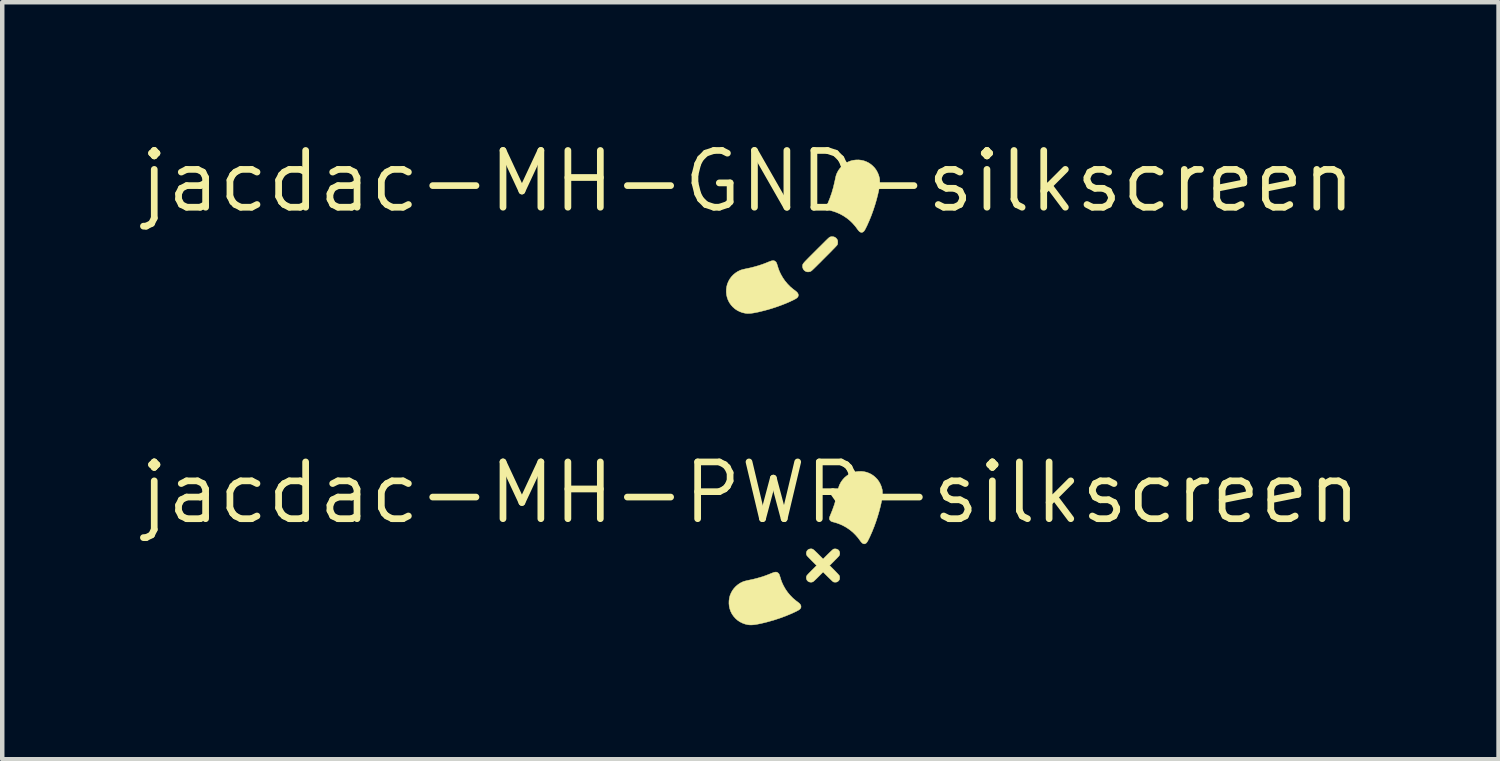
<source format=kicad_pcb>
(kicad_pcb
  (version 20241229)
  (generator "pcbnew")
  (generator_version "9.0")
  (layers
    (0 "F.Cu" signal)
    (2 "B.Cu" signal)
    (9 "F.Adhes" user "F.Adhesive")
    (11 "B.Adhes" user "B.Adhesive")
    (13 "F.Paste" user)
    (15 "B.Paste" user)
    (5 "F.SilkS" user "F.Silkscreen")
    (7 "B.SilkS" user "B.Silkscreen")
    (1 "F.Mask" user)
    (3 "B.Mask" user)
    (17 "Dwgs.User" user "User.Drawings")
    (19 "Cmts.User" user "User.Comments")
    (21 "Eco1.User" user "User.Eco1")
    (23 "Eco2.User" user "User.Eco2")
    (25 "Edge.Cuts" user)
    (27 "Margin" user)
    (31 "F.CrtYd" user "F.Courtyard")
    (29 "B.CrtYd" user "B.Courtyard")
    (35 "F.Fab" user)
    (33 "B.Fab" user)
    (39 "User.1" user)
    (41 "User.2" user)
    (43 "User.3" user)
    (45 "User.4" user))
  (footprint "jacdac-MH-PWR-silkscreen"
    (layer "F.Cu")
    (at 13.735 7.973)
    (property "Reference" "jacdac-MH-PWR-silkscreen" (at 0 0 0) (layer "F.SilkS") (effects (font (size 1.27 1.27) (thickness 0.15))))
    (attr through_hole)
    (fp_poly (pts (xy 0.592 1.777) (xy 0.608 1.785) (xy 0.621 1.795) (xy 0.631 1.804) (xy 0.638 1.813) (xy 0.645 1.825) (xy 0.651 1.84) (xy 0.658 1.861) (xy 0.666 1.887) (xy 0.667 1.888) (xy 0.684 1.945) (xy 0.703 1.997) (xy 0.725 2.046) (xy 0.741 2.079) (xy 0.784 2.155) (xy 0.833 2.226) (xy 0.889 2.293) (xy 0.95 2.356) (xy 1.016 2.412) (xy 1.054 2.44) (xy 1.082 2.462) (xy 1.104 2.482) (xy 1.119 2.502) (xy 1.129 2.521) (xy 1.132 2.541) (xy 1.133 2.546) (xy 1.131 2.565) (xy 1.124 2.581) (xy 1.113 2.597) (xy 1.096 2.612) (xy 1.072 2.628) (xy 1.041 2.644) (xy 1.041 2.645) (xy 0.92 2.702) (xy 0.792 2.755) (xy 0.659 2.804) (xy 0.522 2.849) (xy 0.383 2.888) (xy 0.241 2.923) (xy 0.182 2.935) (xy 0.123 2.946) (xy 0.069 2.953) (xy 0.022 2.956) (xy -0.02 2.955) (xy -0.054 2.951) (xy -0.117 2.937) (xy -0.177 2.915) (xy -0.233 2.887) (xy -0.284 2.853) (xy -0.331 2.812) (xy -0.372 2.766) (xy -0.409 2.714) (xy -0.414 2.705) (xy -0.44 2.653) (xy -0.46 2.596) (xy -0.473 2.538) (xy -0.479 2.478) (xy -0.478 2.417) (xy -0.47 2.358) (xy -0.456 2.3) (xy -0.454 2.296) (xy -0.431 2.24) (xy -0.402 2.187) (xy -0.366 2.138) (xy -0.324 2.093) (xy -0.278 2.054) (xy -0.227 2.02) (xy -0.173 1.993) (xy -0.151 1.984) (xy -0.137 1.98) (xy -0.116 1.974) (xy -0.092 1.968) (xy -0.066 1.962) (xy -0.039 1.956) (xy -0.038 1.956) (xy 0.061 1.935) (xy 0.155 1.911) (xy 0.245 1.885) (xy 0.332 1.856) (xy 0.419 1.823) (xy 0.467 1.803) (xy 0.501 1.79) (xy 0.53 1.78) (xy 0.554 1.775) (xy 0.575 1.774) (xy 0.592 1.777)) (stroke (width 0.01) (type solid)) (fill yes) (layer "F.SilkS"))
    (fp_poly (pts (xy 2.543 -0.472) (xy 2.6 -0.459) (xy 2.656 -0.438) (xy 2.708 -0.412) (xy 2.757 -0.379) (xy 2.801 -0.341) (xy 2.842 -0.298) (xy 2.877 -0.249) (xy 2.906 -0.196) (xy 2.93 -0.139) (xy 2.947 -0.077) (xy 2.948 -0.075) (xy 2.951 -0.058) (xy 2.953 -0.038) (xy 2.954 -0.016) (xy 2.954 0.012) (xy 2.954 0.024) (xy 2.954 0.045) (xy 2.953 0.066) (xy 2.951 0.088) (xy 2.948 0.11) (xy 2.945 0.135) (xy 2.939 0.163) (xy 2.933 0.196) (xy 2.925 0.233) (xy 2.915 0.277) (xy 2.911 0.296) (xy 2.882 0.409) (xy 2.848 0.525) (xy 2.81 0.642) (xy 2.768 0.758) (xy 2.722 0.872) (xy 2.674 0.981) (xy 2.639 1.052) (xy 2.625 1.079) (xy 2.612 1.1) (xy 2.6 1.116) (xy 2.588 1.127) (xy 2.576 1.135) (xy 2.574 1.136) (xy 2.556 1.142) (xy 2.539 1.142) (xy 2.525 1.138) (xy 2.505 1.127) (xy 2.485 1.108) (xy 2.464 1.083) (xy 2.461 1.078) (xy 2.407 1.005) (xy 2.348 0.938) (xy 2.284 0.876) (xy 2.215 0.821) (xy 2.142 0.772) (xy 2.066 0.73) (xy 2.009 0.705) (xy 1.978 0.692) (xy 1.946 0.681) (xy 1.913 0.67) (xy 1.875 0.659) (xy 1.842 0.651) (xy 1.824 0.645) (xy 1.811 0.64) (xy 1.8 0.633) (xy 1.792 0.625) (xy 1.778 0.61) (xy 1.77 0.594) (xy 1.767 0.575) (xy 1.77 0.554) (xy 1.778 0.528) (xy 1.787 0.506) (xy 1.836 0.385) (xy 1.88 0.261) (xy 1.917 0.133) (xy 1.948 -0.001) (xy 1.955 -0.032) (xy 1.962 -0.066) (xy 1.968 -0.095) (xy 1.974 -0.118) (xy 1.98 -0.139) (xy 1.987 -0.157) (xy 1.994 -0.176) (xy 2.001 -0.19) (xy 2.029 -0.243) (xy 2.065 -0.292) (xy 2.105 -0.337) (xy 2.151 -0.376) (xy 2.201 -0.41) (xy 2.255 -0.438) (xy 2.311 -0.459) (xy 2.358 -0.47) (xy 2.421 -0.478) (xy 2.483 -0.479) (xy 2.543 -0.472)) (stroke (width 0.01) (type solid)) (fill yes) (layer "F.SilkS"))
    (fp_poly (pts (xy 1.364 1.254) (xy 1.374 1.255) (xy 1.384 1.258) (xy 1.393 1.261) (xy 1.404 1.268) (xy 1.416 1.276) (xy 1.43 1.288) (xy 1.447 1.304) (xy 1.468 1.324) (xy 1.493 1.348) (xy 1.521 1.376) (xy 1.627 1.482) (xy 1.735 1.374) (xy 1.768 1.342) (xy 1.796 1.315) (xy 1.818 1.294) (xy 1.836 1.278) (xy 1.849 1.267) (xy 1.857 1.261) (xy 1.859 1.26) (xy 1.883 1.255) (xy 1.909 1.255) (xy 1.935 1.261) (xy 1.958 1.272) (xy 1.97 1.281) (xy 1.986 1.301) (xy 1.996 1.326) (xy 2 1.352) (xy 1.997 1.379) (xy 1.994 1.39) (xy 1.992 1.395) (xy 1.989 1.401) (xy 1.985 1.408) (xy 1.979 1.416) (xy 1.97 1.426) (xy 1.958 1.439) (xy 1.943 1.455) (xy 1.924 1.475) (xy 1.899 1.499) (xy 1.88 1.519) (xy 1.772 1.627) (xy 1.878 1.733) (xy 1.906 1.762) (xy 1.931 1.788) (xy 1.952 1.81) (xy 1.969 1.829) (xy 1.981 1.843) (xy 1.989 1.853) (xy 1.991 1.855) (xy 1.996 1.874) (xy 1.998 1.896) (xy 1.997 1.918) (xy 1.993 1.939) (xy 1.989 1.947) (xy 1.976 1.966) (xy 1.957 1.983) (xy 1.938 1.994) (xy 1.922 1.998) (xy 1.902 2) (xy 1.882 1.999) (xy 1.864 1.996) (xy 1.858 1.994) (xy 1.851 1.989) (xy 1.838 1.979) (xy 1.82 1.962) (xy 1.797 1.94) (xy 1.769 1.913) (xy 1.736 1.881) (xy 1.735 1.88) (xy 1.627 1.772) (xy 1.521 1.878) (xy 1.49 1.909) (xy 1.463 1.935) (xy 1.442 1.955) (xy 1.425 1.971) (xy 1.412 1.982) (xy 1.402 1.989) (xy 1.397 1.992) (xy 1.373 1.999) (xy 1.346 2) (xy 1.32 1.995) (xy 1.306 1.99) (xy 1.283 1.974) (xy 1.266 1.954) (xy 1.256 1.931) (xy 1.252 1.913) (xy 1.251 1.898) (xy 1.253 1.882) (xy 1.256 1.869) (xy 1.258 1.863) (xy 1.261 1.858) (xy 1.264 1.851) (xy 1.27 1.844) (xy 1.277 1.835) (xy 1.288 1.824) (xy 1.301 1.809) (xy 1.319 1.791) (xy 1.341 1.769) (xy 1.368 1.741) (xy 1.372 1.737) (xy 1.482 1.627) (xy 1.372 1.517) (xy 1.345 1.489) (xy 1.322 1.466) (xy 1.304 1.447) (xy 1.289 1.432) (xy 1.279 1.421) (xy 1.271 1.411) (xy 1.265 1.404) (xy 1.261 1.398) (xy 1.259 1.392) (xy 1.257 1.386) (xy 1.256 1.385) (xy 1.252 1.367) (xy 1.251 1.351) (xy 1.253 1.336) (xy 1.256 1.323) (xy 1.267 1.299) (xy 1.284 1.279) (xy 1.306 1.264) (xy 1.332 1.256) (xy 1.353 1.254) (xy 1.364 1.254)) (stroke (width 0.01) (type solid)) (fill yes) (layer "F.SilkS")))
  (footprint "jacdac-MH-GND-silkscreen"
    (layer "F.Cu")
    (at 13.675 1.006)
    (property "Reference" "jacdac-MH-GND-silkscreen" (at 0 0 0) (layer "F.SilkS") (effects (font (size 1.27 1.27) (thickness 0.15))))
    (attr through_hole)
    (fp_poly (pts (xy 0.592 1.777) (xy 0.608 1.785) (xy 0.621 1.795) (xy 0.631 1.804) (xy 0.638 1.813) (xy 0.645 1.825) (xy 0.651 1.84) (xy 0.658 1.861) (xy 0.666 1.887) (xy 0.667 1.888) (xy 0.684 1.945) (xy 0.703 1.997) (xy 0.725 2.046) (xy 0.741 2.079) (xy 0.784 2.155) (xy 0.833 2.226) (xy 0.889 2.293) (xy 0.95 2.356) (xy 1.016 2.412) (xy 1.054 2.44) (xy 1.082 2.462) (xy 1.104 2.482) (xy 1.119 2.502) (xy 1.129 2.521) (xy 1.132 2.541) (xy 1.133 2.546) (xy 1.131 2.565) (xy 1.124 2.581) (xy 1.113 2.597) (xy 1.096 2.612) (xy 1.072 2.628) (xy 1.041 2.644) (xy 1.041 2.645) (xy 0.92 2.702) (xy 0.792 2.755) (xy 0.659 2.804) (xy 0.522 2.849) (xy 0.383 2.888) (xy 0.241 2.923) (xy 0.182 2.935) (xy 0.123 2.946) (xy 0.069 2.953) (xy 0.022 2.956) (xy -0.02 2.955) (xy -0.054 2.951) (xy -0.117 2.937) (xy -0.177 2.915) (xy -0.233 2.887) (xy -0.284 2.853) (xy -0.331 2.812) (xy -0.372 2.766) (xy -0.409 2.714) (xy -0.414 2.705) (xy -0.44 2.653) (xy -0.46 2.596) (xy -0.473 2.538) (xy -0.479 2.478) (xy -0.478 2.417) (xy -0.47 2.358) (xy -0.456 2.3) (xy -0.454 2.296) (xy -0.431 2.24) (xy -0.402 2.187) (xy -0.366 2.138) (xy -0.324 2.093) (xy -0.278 2.054) (xy -0.227 2.02) (xy -0.173 1.993) (xy -0.151 1.984) (xy -0.137 1.98) (xy -0.116 1.974) (xy -0.092 1.968) (xy -0.066 1.962) (xy -0.039 1.956) (xy -0.038 1.956) (xy 0.061 1.935) (xy 0.155 1.911) (xy 0.245 1.885) (xy 0.332 1.856) (xy 0.419 1.823) (xy 0.467 1.803) (xy 0.501 1.79) (xy 0.53 1.78) (xy 0.554 1.775) (xy 0.575 1.774) (xy 0.592 1.777)) (stroke (width 0.01) (type solid)) (fill yes) (layer "F.SilkS"))
    (fp_poly (pts (xy 1.908 1.238) (xy 1.937 1.245) (xy 1.964 1.259) (xy 1.986 1.279) (xy 2.002 1.302) (xy 2.008 1.313) (xy 2.011 1.323) (xy 2.013 1.334) (xy 2.014 1.348) (xy 2.014 1.361) (xy 2.014 1.381) (xy 2.012 1.395) (xy 2.01 1.406) (xy 2.005 1.418) (xy 2.005 1.419) (xy 2.002 1.423) (xy 1.997 1.43) (xy 1.99 1.438) (xy 1.98 1.449) (xy 1.967 1.463) (xy 1.951 1.48) (xy 1.932 1.5) (xy 1.908 1.524) (xy 1.881 1.552) (xy 1.849 1.585) (xy 1.812 1.622) (xy 1.77 1.664) (xy 1.723 1.711) (xy 1.713 1.721) (xy 1.666 1.768) (xy 1.625 1.81) (xy 1.588 1.846) (xy 1.556 1.878) (xy 1.528 1.906) (xy 1.504 1.929) (xy 1.484 1.949) (xy 1.467 1.965) (xy 1.452 1.979) (xy 1.441 1.99) (xy 1.431 1.998) (xy 1.423 2.004) (xy 1.417 2.009) (xy 1.412 2.012) (xy 1.409 2.014) (xy 1.383 2.022) (xy 1.356 2.026) (xy 1.33 2.025) (xy 1.321 2.023) (xy 1.291 2.011) (xy 1.266 1.993) (xy 1.247 1.97) (xy 1.234 1.943) (xy 1.227 1.913) (xy 1.227 1.891) (xy 1.228 1.884) (xy 1.228 1.877) (xy 1.229 1.87) (xy 1.231 1.864) (xy 1.234 1.857) (xy 1.238 1.849) (xy 1.244 1.84) (xy 1.252 1.829) (xy 1.262 1.817) (xy 1.275 1.802) (xy 1.291 1.785) (xy 1.31 1.765) (xy 1.333 1.742) (xy 1.359 1.715) (xy 1.39 1.684) (xy 1.425 1.649) (xy 1.465 1.609) (xy 1.51 1.564) (xy 1.537 1.537) (xy 1.583 1.491) (xy 1.625 1.45) (xy 1.661 1.414) (xy 1.693 1.382) (xy 1.72 1.355) (xy 1.744 1.331) (xy 1.764 1.312) (xy 1.781 1.295) (xy 1.795 1.282) (xy 1.807 1.271) (xy 1.816 1.263) (xy 1.824 1.257) (xy 1.83 1.252) (xy 1.835 1.249) (xy 1.839 1.246) (xy 1.843 1.245) (xy 1.845 1.244) (xy 1.877 1.237) (xy 1.908 1.238)) (stroke (width 0.01) (type solid)) (fill yes) (layer "F.SilkS"))
    (fp_poly (pts (xy 2.543 -0.472) (xy 2.6 -0.459) (xy 2.656 -0.438) (xy 2.708 -0.412) (xy 2.757 -0.379) (xy 2.801 -0.341) (xy 2.842 -0.298) (xy 2.877 -0.249) (xy 2.906 -0.196) (xy 2.93 -0.139) (xy 2.947 -0.077) (xy 2.948 -0.075) (xy 2.951 -0.058) (xy 2.953 -0.038) (xy 2.954 -0.016) (xy 2.954 0.012) (xy 2.954 0.024) (xy 2.954 0.045) (xy 2.953 0.066) (xy 2.951 0.088) (xy 2.948 0.11) (xy 2.945 0.135) (xy 2.939 0.163) (xy 2.933 0.196) (xy 2.925 0.233) (xy 2.915 0.277) (xy 2.911 0.296) (xy 2.882 0.409) (xy 2.848 0.525) (xy 2.81 0.642) (xy 2.768 0.758) (xy 2.722 0.872) (xy 2.674 0.981) (xy 2.639 1.052) (xy 2.625 1.079) (xy 2.612 1.1) (xy 2.6 1.116) (xy 2.588 1.127) (xy 2.576 1.135) (xy 2.574 1.136) (xy 2.556 1.142) (xy 2.539 1.142) (xy 2.525 1.138) (xy 2.505 1.127) (xy 2.485 1.108) (xy 2.464 1.083) (xy 2.461 1.078) (xy 2.407 1.005) (xy 2.348 0.938) (xy 2.284 0.876) (xy 2.215 0.821) (xy 2.142 0.772) (xy 2.066 0.73) (xy 2.009 0.705) (xy 1.978 0.692) (xy 1.946 0.681) (xy 1.913 0.67) (xy 1.875 0.659) (xy 1.842 0.651) (xy 1.824 0.645) (xy 1.811 0.64) (xy 1.8 0.633) (xy 1.792 0.625) (xy 1.778 0.61) (xy 1.77 0.594) (xy 1.767 0.575) (xy 1.77 0.554) (xy 1.778 0.528) (xy 1.787 0.506) (xy 1.836 0.385) (xy 1.88 0.261) (xy 1.917 0.133) (xy 1.948 -0.001) (xy 1.955 -0.032) (xy 1.962 -0.066) (xy 1.968 -0.095) (xy 1.974 -0.118) (xy 1.98 -0.139) (xy 1.987 -0.157) (xy 1.994 -0.176) (xy 2.001 -0.19) (xy 2.029 -0.243) (xy 2.065 -0.292) (xy 2.105 -0.337) (xy 2.151 -0.376) (xy 2.201 -0.41) (xy 2.255 -0.438) (xy 2.311 -0.459) (xy 2.358 -0.47) (xy 2.421 -0.478) (xy 2.483 -0.479) (xy 2.543 -0.472)) (stroke (width 0.01) (type solid)) (fill yes) (layer "F.SilkS")))
  (gr_rect
    (start -3 -3)
    (end 30.471 13.934)
    (stroke (width 0.1) (type default))
    (fill no)
    (layer "Edge.Cuts")))
</source>
